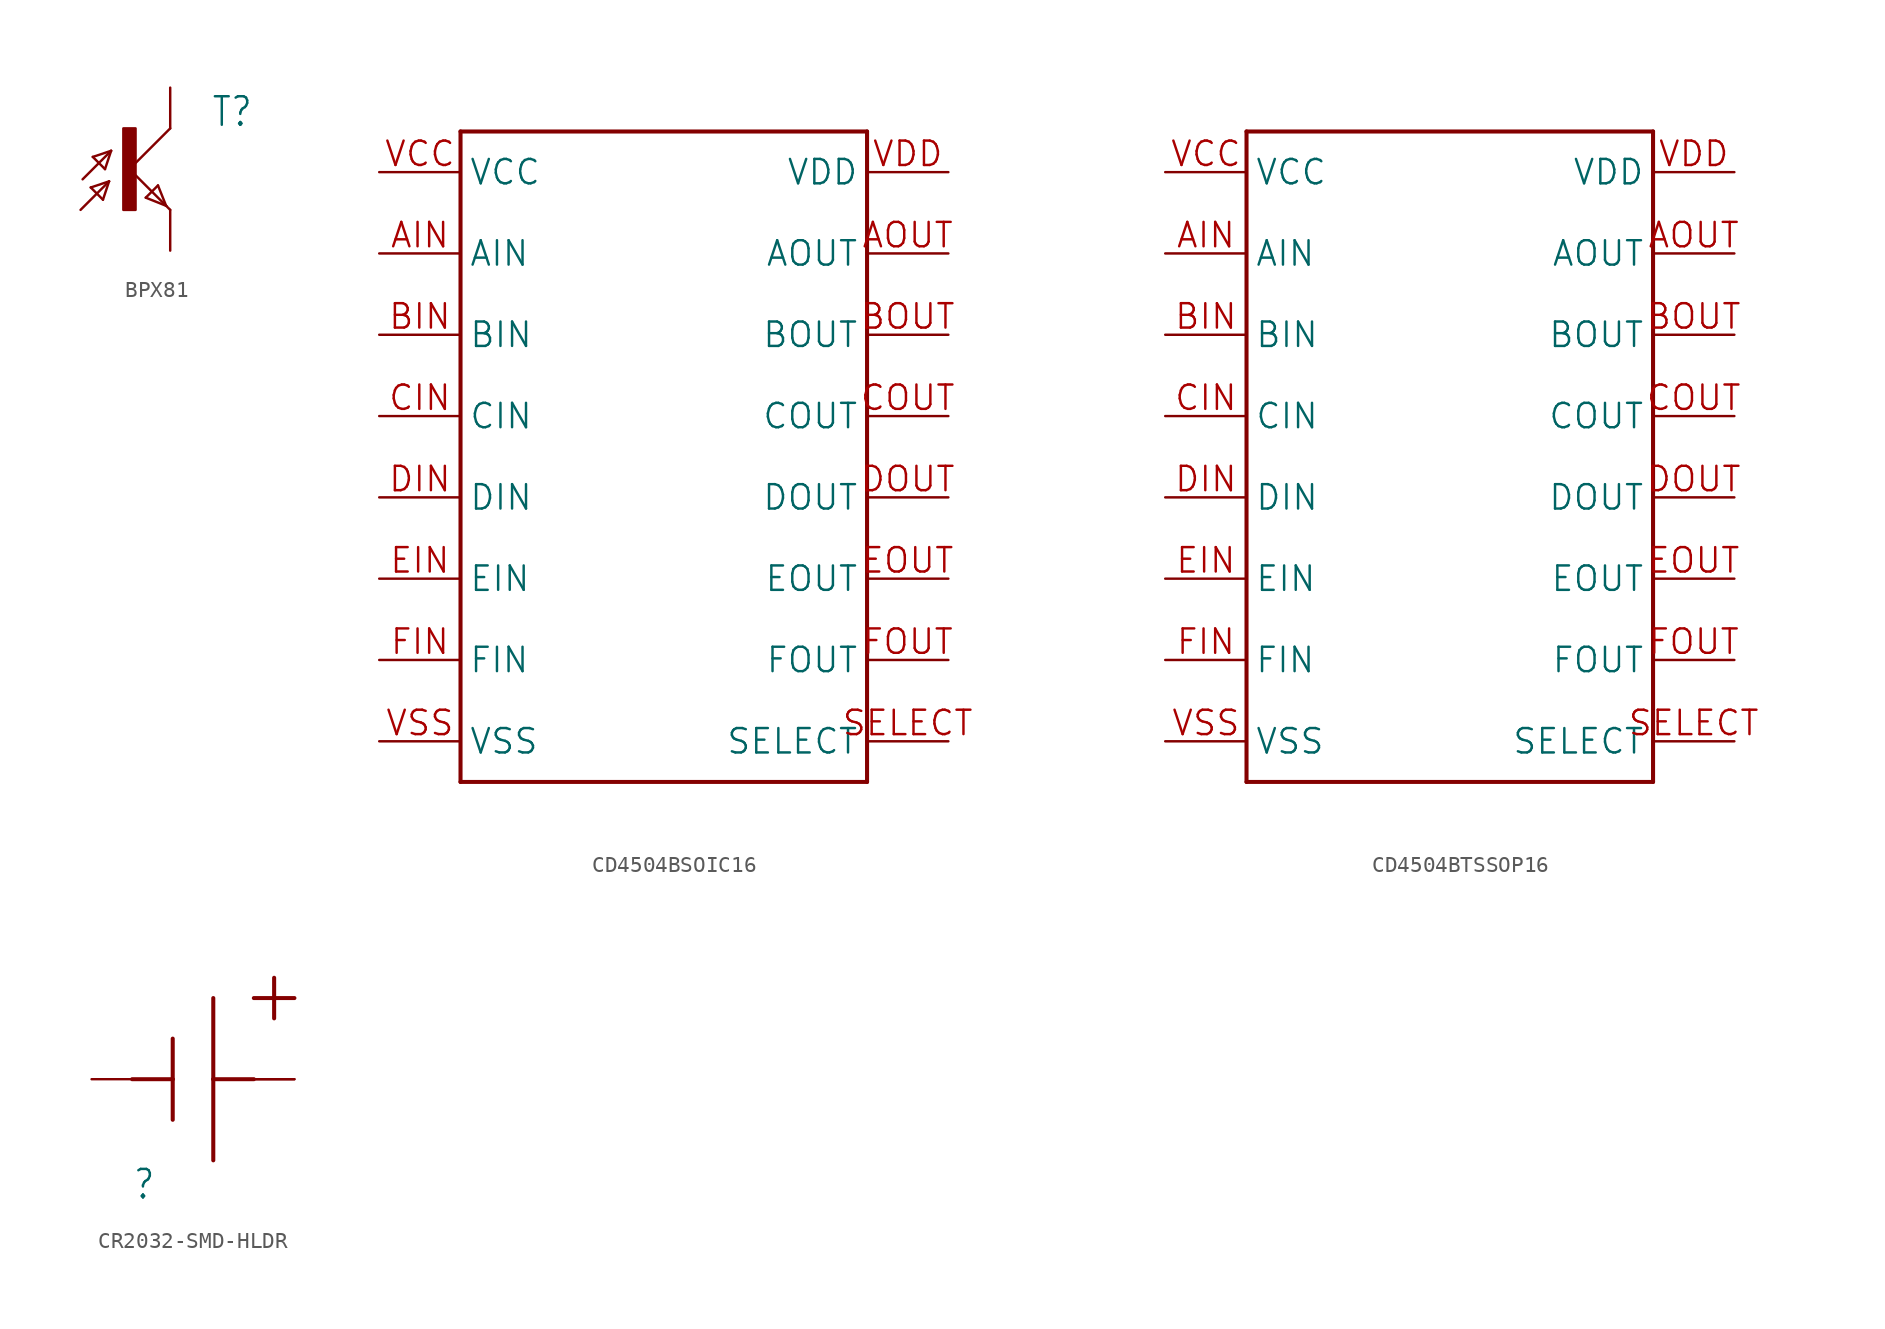
<source format=kicad_sym>
(kicad_symbol_lib
  (version 20241209)
  (generator "kicad_symbol_editor")
  (generator_version "9.0")
  (symbol "BPX81"
    (property "Reference" "T"
      (at 5.08 2.54 0)
      (effects (font (size 1.778 1.511)) (justify left bottom)))
    (property "Value" ""
      (at 5.08 0 0)
      (effects (font (size 1.778 1.511)) (justify left bottom)))
    (property "ki_locked" ""
      (at 0 0 0)
      (effects (font (size 1.27 1.27))))
    (symbol "BPX81_1_0"
      (polyline (pts (xy -3.048 -2.54) (xy -1.27 -0.762)) (stroke (width 0.152) (type solid)) (fill (type none)))
      (polyline (pts (xy -2.921 -0.635) (xy -1.143 1.143)) (stroke (width 0.152) (type solid)) (fill (type none)))
      (polyline (pts (xy -2.413 -1.143) (xy -1.651 -1.905)) (stroke (width 0.152) (type solid)) (fill (type none)))
      (polyline (pts (xy -2.286 0.762) (xy -1.524 0)) (stroke (width 0.152) (type solid)) (fill (type none)))
      (polyline (pts (xy -1.651 -1.905) (xy -1.27 -0.762)) (stroke (width 0.152) (type solid)) (fill (type none)))
      (polyline (pts (xy -1.524 0) (xy -1.143 1.143)) (stroke (width 0.152) (type solid)) (fill (type none)))
      (polyline (pts (xy -1.27 -0.762) (xy -2.413 -1.143)) (stroke (width 0.152) (type solid)) (fill (type none)))
      (polyline (pts (xy -1.143 1.143) (xy -2.286 0.762)) (stroke (width 0.152) (type solid)) (fill (type none)))
      (rectangle (start -0.381 -2.54) (end 0.381 2.54) (stroke (width 0) (type default)) (fill (type outline)))
      (polyline (pts (xy 0 0) (xy 2.286 -2.286)) (stroke (width 0.152) (type solid)) (fill (type none)))
      (polyline (pts (xy 1.016 -1.778) (xy 1.778 -1.016)) (stroke (width 0.152) (type solid)) (fill (type none)))
      (polyline (pts (xy 1.778 -1.016) (xy 2.286 -2.286)) (stroke (width 0.152) (type solid)) (fill (type none)))
      (polyline (pts (xy 2.286 -2.286) (xy 1.016 -1.778)) (stroke (width 0.152) (type solid)) (fill (type none)))
      (polyline (pts (xy 2.286 -2.286) (xy 2.54 -2.54)) (stroke (width 0.152) (type solid)) (fill (type none)))
      (polyline (pts (xy 2.54 2.54) (xy 0 0)) (stroke (width 0.152) (type solid)) (fill (type none)))
      (pin passive line (at 2.54 5.08 270) (length 2.54) (name "C" (effects (font (size 0 0)))) (number "C" (effects (font (size 0 0)))))
      (pin passive line (at 2.54 -5.08 90) (length 2.54) (name "E" (effects (font (size 0 0)))) (number "E" (effects (font (size 0 0)))))))
  (symbol "CD4504BSOIC16"
    (property "Reference" ""
      (at 0 0 0)
      (effects (font (size 1.27 1.27)) (hide yes)))
    (property "ki_locked" ""
      (at 0 0 0)
      (effects (font (size 1.27 1.27))))
    (symbol "CD4504BSOIC16_1_0"
      (polyline (pts (xy -12.7 17.78) (xy -12.7 -22.86)) (stroke (width 0.254) (type solid)) (fill (type none)))
      (polyline (pts (xy -12.7 -22.86) (xy 12.7 -22.86)) (stroke (width 0.254) (type solid)) (fill (type none)))
      (polyline (pts (xy 12.7 17.78) (xy -12.7 17.78)) (stroke (width 0.254) (type solid)) (fill (type none)))
      (polyline (pts (xy 12.7 -22.86) (xy 12.7 17.78)) (stroke (width 0.254) (type solid)) (fill (type none)))
      (pin bidirectional line (at -17.78 15.24 0) (length 5.08) (name "VCC" (effects (font (size 1.524 1.524)))) (number "VCC" (effects (font (size 1.524 1.524)))))
      (pin bidirectional line (at -17.78 10.16 0) (length 5.08) (name "AIN" (effects (font (size 1.524 1.524)))) (number "AIN" (effects (font (size 1.524 1.524)))))
      (pin bidirectional line (at -17.78 5.08 0) (length 5.08) (name "BIN" (effects (font (size 1.524 1.524)))) (number "BIN" (effects (font (size 1.524 1.524)))))
      (pin bidirectional line (at -17.78 0 0) (length 5.08) (name "CIN" (effects (font (size 1.524 1.524)))) (number "CIN" (effects (font (size 1.524 1.524)))))
      (pin bidirectional line (at -17.78 -5.08 0) (length 5.08) (name "DIN" (effects (font (size 1.524 1.524)))) (number "DIN" (effects (font (size 1.524 1.524)))))
      (pin bidirectional line (at -17.78 -10.16 0) (length 5.08) (name "EIN" (effects (font (size 1.524 1.524)))) (number "EIN" (effects (font (size 1.524 1.524)))))
      (pin bidirectional line (at -17.78 -15.24 0) (length 5.08) (name "FIN" (effects (font (size 1.524 1.524)))) (number "FIN" (effects (font (size 1.524 1.524)))))
      (pin bidirectional line (at -17.78 -20.32 0) (length 5.08) (name "VSS" (effects (font (size 1.524 1.524)))) (number "VSS" (effects (font (size 1.524 1.524)))))
      (pin bidirectional line (at 17.78 15.24 180) (length 5.08) (name "VDD" (effects (font (size 1.524 1.524)))) (number "VDD" (effects (font (size 1.524 1.524)))))
      (pin bidirectional line (at 17.78 10.16 180) (length 5.08) (name "AOUT" (effects (font (size 1.524 1.524)))) (number "AOUT" (effects (font (size 1.524 1.524)))))
      (pin bidirectional line (at 17.78 5.08 180) (length 5.08) (name "BOUT" (effects (font (size 1.524 1.524)))) (number "BOUT" (effects (font (size 1.524 1.524)))))
      (pin bidirectional line (at 17.78 0 180) (length 5.08) (name "COUT" (effects (font (size 1.524 1.524)))) (number "COUT" (effects (font (size 1.524 1.524)))))
      (pin bidirectional line (at 17.78 -5.08 180) (length 5.08) (name "DOUT" (effects (font (size 1.524 1.524)))) (number "DOUT" (effects (font (size 1.524 1.524)))))
      (pin bidirectional line (at 17.78 -10.16 180) (length 5.08) (name "EOUT" (effects (font (size 1.524 1.524)))) (number "EOUT" (effects (font (size 1.524 1.524)))))
      (pin bidirectional line (at 17.78 -15.24 180) (length 5.08) (name "FOUT" (effects (font (size 1.524 1.524)))) (number "FOUT" (effects (font (size 1.524 1.524)))))
      (pin bidirectional line (at 17.78 -20.32 180) (length 5.08) (name "SELECT" (effects (font (size 1.524 1.524)))) (number "SELECT" (effects (font (size 1.524 1.524)))))))
  (symbol "CD4504BTSSOP16"
    (property "Reference" ""
      (at 0 0 0)
      (effects (font (size 1.27 1.27)) (hide yes)))
    (property "ki_locked" ""
      (at 0 0 0)
      (effects (font (size 1.27 1.27))))
    (symbol "CD4504BTSSOP16_1_0"
      (polyline (pts (xy -12.7 17.78) (xy -12.7 -22.86)) (stroke (width 0.254) (type solid)) (fill (type none)))
      (polyline (pts (xy -12.7 -22.86) (xy 12.7 -22.86)) (stroke (width 0.254) (type solid)) (fill (type none)))
      (polyline (pts (xy 12.7 17.78) (xy -12.7 17.78)) (stroke (width 0.254) (type solid)) (fill (type none)))
      (polyline (pts (xy 12.7 -22.86) (xy 12.7 17.78)) (stroke (width 0.254) (type solid)) (fill (type none)))
      (pin bidirectional line (at -17.78 15.24 0) (length 5.08) (name "VCC" (effects (font (size 1.524 1.524)))) (number "VCC" (effects (font (size 1.524 1.524)))))
      (pin bidirectional line (at -17.78 10.16 0) (length 5.08) (name "AIN" (effects (font (size 1.524 1.524)))) (number "AIN" (effects (font (size 1.524 1.524)))))
      (pin bidirectional line (at -17.78 5.08 0) (length 5.08) (name "BIN" (effects (font (size 1.524 1.524)))) (number "BIN" (effects (font (size 1.524 1.524)))))
      (pin bidirectional line (at -17.78 0 0) (length 5.08) (name "CIN" (effects (font (size 1.524 1.524)))) (number "CIN" (effects (font (size 1.524 1.524)))))
      (pin bidirectional line (at -17.78 -5.08 0) (length 5.08) (name "DIN" (effects (font (size 1.524 1.524)))) (number "DIN" (effects (font (size 1.524 1.524)))))
      (pin bidirectional line (at -17.78 -10.16 0) (length 5.08) (name "EIN" (effects (font (size 1.524 1.524)))) (number "EIN" (effects (font (size 1.524 1.524)))))
      (pin bidirectional line (at -17.78 -15.24 0) (length 5.08) (name "FIN" (effects (font (size 1.524 1.524)))) (number "FIN" (effects (font (size 1.524 1.524)))))
      (pin bidirectional line (at -17.78 -20.32 0) (length 5.08) (name "VSS" (effects (font (size 1.524 1.524)))) (number "VSS" (effects (font (size 1.524 1.524)))))
      (pin bidirectional line (at 17.78 15.24 180) (length 5.08) (name "VDD" (effects (font (size 1.524 1.524)))) (number "VDD" (effects (font (size 1.524 1.524)))))
      (pin bidirectional line (at 17.78 10.16 180) (length 5.08) (name "AOUT" (effects (font (size 1.524 1.524)))) (number "AOUT" (effects (font (size 1.524 1.524)))))
      (pin bidirectional line (at 17.78 5.08 180) (length 5.08) (name "BOUT" (effects (font (size 1.524 1.524)))) (number "BOUT" (effects (font (size 1.524 1.524)))))
      (pin bidirectional line (at 17.78 0 180) (length 5.08) (name "COUT" (effects (font (size 1.524 1.524)))) (number "COUT" (effects (font (size 1.524 1.524)))))
      (pin bidirectional line (at 17.78 -5.08 180) (length 5.08) (name "DOUT" (effects (font (size 1.524 1.524)))) (number "DOUT" (effects (font (size 1.524 1.524)))))
      (pin bidirectional line (at 17.78 -10.16 180) (length 5.08) (name "EOUT" (effects (font (size 1.524 1.524)))) (number "EOUT" (effects (font (size 1.524 1.524)))))
      (pin bidirectional line (at 17.78 -15.24 180) (length 5.08) (name "FOUT" (effects (font (size 1.524 1.524)))) (number "FOUT" (effects (font (size 1.524 1.524)))))
      (pin bidirectional line (at 17.78 -20.32 180) (length 5.08) (name "SELECT" (effects (font (size 1.524 1.524)))) (number "SELECT" (effects (font (size 1.524 1.524)))))))
  (symbol "CR2032-SMD-HLDR"
    (property "Reference" ""
      (at -5.08 -7.62 0)
      (effects (font (size 1.778 1.511)) (justify left bottom)))
    (property "ki_locked" ""
      (at 0 0 0)
      (effects (font (size 1.27 1.27))))
    (symbol "CR2032-SMD-HLDR_1_0"
      (polyline (pts (xy -5.08 0) (xy -2.54 0)) (stroke (width 0.254) (type solid)) (fill (type none)))
      (polyline (pts (xy -2.54 0) (xy -2.54 2.54)) (stroke (width 0.254) (type solid)) (fill (type none)))
      (polyline (pts (xy -2.54 0) (xy -2.54 -2.54)) (stroke (width 0.254) (type solid)) (fill (type none)))
      (polyline (pts (xy 0 5.08) (xy 0 0)) (stroke (width 0.254) (type solid)) (fill (type none)))
      (polyline (pts (xy 0 0) (xy 0 -5.08)) (stroke (width 0.254) (type solid)) (fill (type none)))
      (polyline (pts (xy 2.54 5.08) (xy 5.08 5.08)) (stroke (width 0.254) (type solid)) (fill (type none)))
      (polyline (pts (xy 2.54 0) (xy 0 0)) (stroke (width 0.254) (type solid)) (fill (type none)))
      (polyline (pts (xy 3.81 6.35) (xy 3.81 3.81)) (stroke (width 0.254) (type solid)) (fill (type none)))
      (pin bidirectional line (at -7.62 0 0) (length 2.54) (name "NEG" (effects (font (size 0 0)))) (number "NEG" (effects (font (size 0 0)))))
      (pin bidirectional line (at 5.08 0 180) (length 2.54) (name "POS" (effects (font (size 0 0)))) (number "POS@1" (effects (font (size 0 0)))))
      (pin bidirectional line (at 5.08 0 180) (length 2.54) (name "POS" (effects (font (size 0 0)))) (number "POS@2" (effects (font (size 0 0))))))))
</source>
